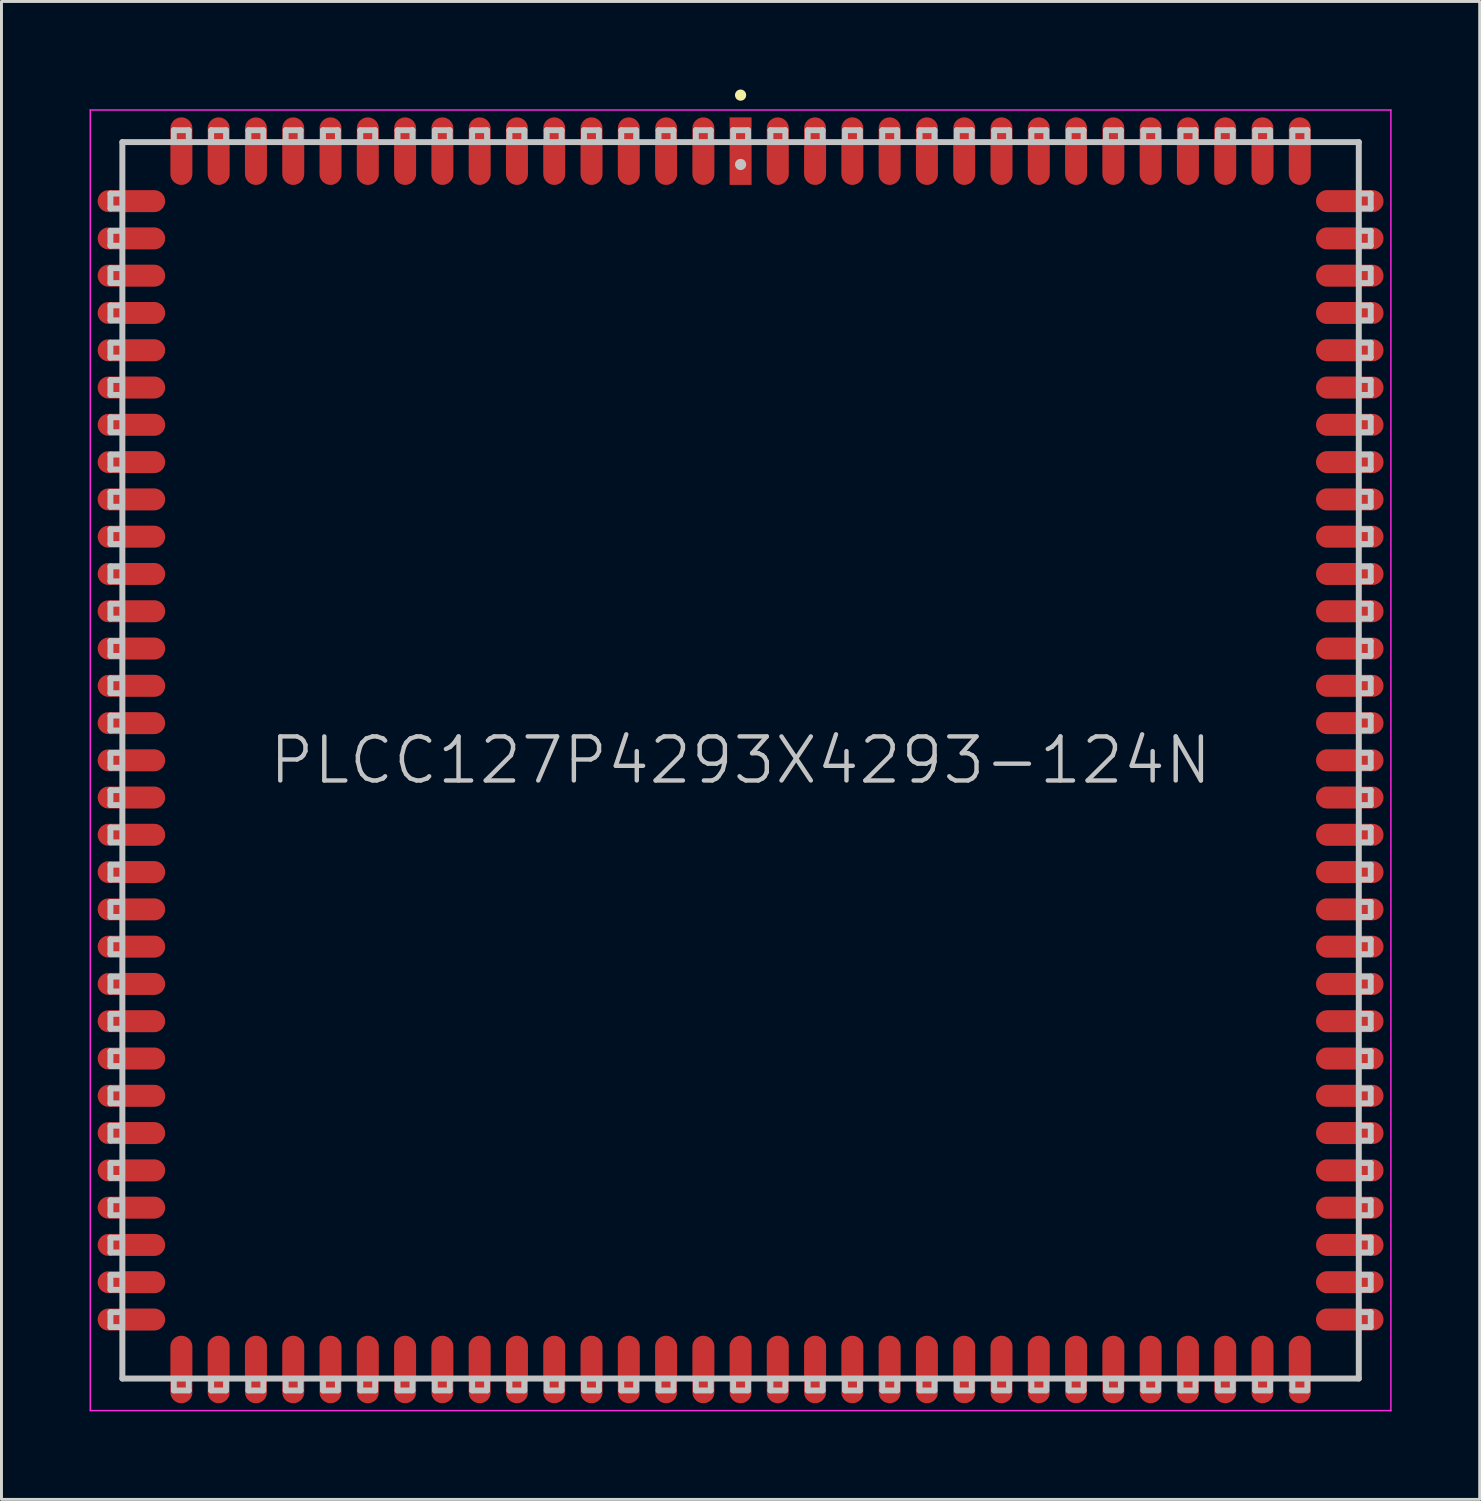
<source format=kicad_pcb>
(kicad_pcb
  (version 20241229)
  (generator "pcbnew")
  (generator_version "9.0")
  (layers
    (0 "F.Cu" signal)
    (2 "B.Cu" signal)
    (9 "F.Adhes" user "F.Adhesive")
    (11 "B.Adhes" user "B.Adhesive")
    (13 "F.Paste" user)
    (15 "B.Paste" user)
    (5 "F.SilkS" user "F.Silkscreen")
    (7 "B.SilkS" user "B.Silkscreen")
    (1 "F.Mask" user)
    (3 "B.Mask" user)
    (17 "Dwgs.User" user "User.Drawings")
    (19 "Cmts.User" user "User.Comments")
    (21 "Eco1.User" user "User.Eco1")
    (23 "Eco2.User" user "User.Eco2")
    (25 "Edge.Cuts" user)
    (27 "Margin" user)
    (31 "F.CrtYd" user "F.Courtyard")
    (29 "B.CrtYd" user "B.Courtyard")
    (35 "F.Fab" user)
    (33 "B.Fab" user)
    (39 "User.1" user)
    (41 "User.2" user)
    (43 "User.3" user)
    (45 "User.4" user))
  (footprint "PLCC127P4293X4293-124N"
    (layer "F.Cu")
    (at 22.175 22.847)
    (property "Reference" "PLCC127P4293X4293-124N" (at 0 0 0) (layer "Dwgs.User") (effects (font (size 1.5 1.5) (thickness 0.15))))
    (attr smd)
    (fp_line (start 0 -22.657) (end 0 -22.657) (stroke (width 0.381) (type solid)) (layer "F.SilkS"))
    (fp_line (start -21.463 -18.796) (end -21.463 -19.304) (stroke (width 0.2) (type solid)) (layer "Dwgs.User"))
    (fp_line (start -21.463 -17.526) (end -21.463 -18.034) (stroke (width 0.2) (type solid)) (layer "Dwgs.User"))
    (fp_line (start -21.463 -16.256) (end -21.463 -16.764) (stroke (width 0.2) (type solid)) (layer "Dwgs.User"))
    (fp_line (start -21.463 -14.986) (end -21.463 -15.494) (stroke (width 0.2) (type solid)) (layer "Dwgs.User"))
    (fp_line (start -21.463 -13.716) (end -21.463 -14.224) (stroke (width 0.2) (type solid)) (layer "Dwgs.User"))
    (fp_line (start -21.463 -12.446) (end -21.463 -12.954) (stroke (width 0.2) (type solid)) (layer "Dwgs.User"))
    (fp_line (start -21.463 -11.176) (end -21.463 -11.684) (stroke (width 0.2) (type solid)) (layer "Dwgs.User"))
    (fp_line (start -21.463 -9.906) (end -21.463 -10.414) (stroke (width 0.2) (type solid)) (layer "Dwgs.User"))
    (fp_line (start -21.463 -8.636) (end -21.463 -9.144) (stroke (width 0.2) (type solid)) (layer "Dwgs.User"))
    (fp_line (start -21.463 -7.366) (end -21.463 -7.874) (stroke (width 0.2) (type solid)) (layer "Dwgs.User"))
    (fp_line (start -21.463 -6.096) (end -21.463 -6.604) (stroke (width 0.2) (type solid)) (layer "Dwgs.User"))
    (fp_line (start -21.463 -4.826) (end -21.463 -5.334) (stroke (width 0.2) (type solid)) (layer "Dwgs.User"))
    (fp_line (start -21.463 -3.556) (end -21.463 -4.064) (stroke (width 0.2) (type solid)) (layer "Dwgs.User"))
    (fp_line (start -21.463 -2.286) (end -21.463 -2.794) (stroke (width 0.2) (type solid)) (layer "Dwgs.User"))
    (fp_line (start -21.463 -1.016) (end -21.463 -1.524) (stroke (width 0.2) (type solid)) (layer "Dwgs.User"))
    (fp_line (start -21.463 0.254) (end -21.463 -0.254) (stroke (width 0.2) (type solid)) (layer "Dwgs.User"))
    (fp_line (start -21.463 1.524) (end -21.463 1.016) (stroke (width 0.2) (type solid)) (layer "Dwgs.User"))
    (fp_line (start -21.463 2.794) (end -21.463 2.286) (stroke (width 0.2) (type solid)) (layer "Dwgs.User"))
    (fp_line (start -21.463 4.064) (end -21.463 3.556) (stroke (width 0.2) (type solid)) (layer "Dwgs.User"))
    (fp_line (start -21.463 5.334) (end -21.463 4.826) (stroke (width 0.2) (type solid)) (layer "Dwgs.User"))
    (fp_line (start -21.463 6.604) (end -21.463 6.096) (stroke (width 0.2) (type solid)) (layer "Dwgs.User"))
    (fp_line (start -21.463 7.874) (end -21.463 7.366) (stroke (width 0.2) (type solid)) (layer "Dwgs.User"))
    (fp_line (start -21.463 9.144) (end -21.463 8.636) (stroke (width 0.2) (type solid)) (layer "Dwgs.User"))
    (fp_line (start -21.463 10.414) (end -21.463 9.906) (stroke (width 0.2) (type solid)) (layer "Dwgs.User"))
    (fp_line (start -21.463 11.684) (end -21.463 11.176) (stroke (width 0.2) (type solid)) (layer "Dwgs.User"))
    (fp_line (start -21.463 12.954) (end -21.463 12.446) (stroke (width 0.2) (type solid)) (layer "Dwgs.User"))
    (fp_line (start -21.463 14.224) (end -21.463 13.716) (stroke (width 0.2) (type solid)) (layer "Dwgs.User"))
    (fp_line (start -21.463 15.494) (end -21.463 14.986) (stroke (width 0.2) (type solid)) (layer "Dwgs.User"))
    (fp_line (start -21.463 16.764) (end -21.463 16.256) (stroke (width 0.2) (type solid)) (layer "Dwgs.User"))
    (fp_line (start -21.463 18.034) (end -21.463 17.526) (stroke (width 0.2) (type solid)) (layer "Dwgs.User"))
    (fp_line (start -21.463 19.304) (end -21.463 18.796) (stroke (width 0.2) (type solid)) (layer "Dwgs.User"))
    (fp_line (start -21.082 -19.304) (end -21.463 -19.304) (stroke (width 0.2) (type solid)) (layer "Dwgs.User"))
    (fp_line (start -21.082 -18.796) (end -21.463 -18.796) (stroke (width 0.2) (type solid)) (layer "Dwgs.User"))
    (fp_line (start -21.082 -18.034) (end -21.463 -18.034) (stroke (width 0.2) (type solid)) (layer "Dwgs.User"))
    (fp_line (start -21.082 -17.526) (end -21.463 -17.526) (stroke (width 0.2) (type solid)) (layer "Dwgs.User"))
    (fp_line (start -21.082 -16.764) (end -21.463 -16.764) (stroke (width 0.2) (type solid)) (layer "Dwgs.User"))
    (fp_line (start -21.082 -16.256) (end -21.463 -16.256) (stroke (width 0.2) (type solid)) (layer "Dwgs.User"))
    (fp_line (start -21.082 -15.494) (end -21.463 -15.494) (stroke (width 0.2) (type solid)) (layer "Dwgs.User"))
    (fp_line (start -21.082 -14.986) (end -21.463 -14.986) (stroke (width 0.2) (type solid)) (layer "Dwgs.User"))
    (fp_line (start -21.082 -14.224) (end -21.463 -14.224) (stroke (width 0.2) (type solid)) (layer "Dwgs.User"))
    (fp_line (start -21.082 -13.716) (end -21.463 -13.716) (stroke (width 0.2) (type solid)) (layer "Dwgs.User"))
    (fp_line (start -21.082 -12.954) (end -21.463 -12.954) (stroke (width 0.2) (type solid)) (layer "Dwgs.User"))
    (fp_line (start -21.082 -12.446) (end -21.463 -12.446) (stroke (width 0.2) (type solid)) (layer "Dwgs.User"))
    (fp_line (start -21.082 -11.684) (end -21.463 -11.684) (stroke (width 0.2) (type solid)) (layer "Dwgs.User"))
    (fp_line (start -21.082 -11.176) (end -21.463 -11.176) (stroke (width 0.2) (type solid)) (layer "Dwgs.User"))
    (fp_line (start -21.082 -10.414) (end -21.463 -10.414) (stroke (width 0.2) (type solid)) (layer "Dwgs.User"))
    (fp_line (start -21.082 -9.906) (end -21.463 -9.906) (stroke (width 0.2) (type solid)) (layer "Dwgs.User"))
    (fp_line (start -21.082 -9.144) (end -21.463 -9.144) (stroke (width 0.2) (type solid)) (layer "Dwgs.User"))
    (fp_line (start -21.082 -8.636) (end -21.463 -8.636) (stroke (width 0.2) (type solid)) (layer "Dwgs.User"))
    (fp_line (start -21.082 -7.874) (end -21.463 -7.874) (stroke (width 0.2) (type solid)) (layer "Dwgs.User"))
    (fp_line (start -21.082 -7.366) (end -21.463 -7.366) (stroke (width 0.2) (type solid)) (layer "Dwgs.User"))
    (fp_line (start -21.082 -6.604) (end -21.463 -6.604) (stroke (width 0.2) (type solid)) (layer "Dwgs.User"))
    (fp_line (start -21.082 -6.096) (end -21.463 -6.096) (stroke (width 0.2) (type solid)) (layer "Dwgs.User"))
    (fp_line (start -21.082 -5.334) (end -21.463 -5.334) (stroke (width 0.2) (type solid)) (layer "Dwgs.User"))
    (fp_line (start -21.082 -4.826) (end -21.463 -4.826) (stroke (width 0.2) (type solid)) (layer "Dwgs.User"))
    (fp_line (start -21.082 -4.064) (end -21.463 -4.064) (stroke (width 0.2) (type solid)) (layer "Dwgs.User"))
    (fp_line (start -21.082 -3.556) (end -21.463 -3.556) (stroke (width 0.2) (type solid)) (layer "Dwgs.User"))
    (fp_line (start -21.082 -2.794) (end -21.463 -2.794) (stroke (width 0.2) (type solid)) (layer "Dwgs.User"))
    (fp_line (start -21.082 -2.286) (end -21.463 -2.286) (stroke (width 0.2) (type solid)) (layer "Dwgs.User"))
    (fp_line (start -21.082 -1.524) (end -21.463 -1.524) (stroke (width 0.2) (type solid)) (layer "Dwgs.User"))
    (fp_line (start -21.082 -1.016) (end -21.463 -1.016) (stroke (width 0.2) (type solid)) (layer "Dwgs.User"))
    (fp_line (start -21.082 -0.254) (end -21.463 -0.254) (stroke (width 0.2) (type solid)) (layer "Dwgs.User"))
    (fp_line (start -21.082 0.254) (end -21.463 0.254) (stroke (width 0.2) (type solid)) (layer "Dwgs.User"))
    (fp_line (start -21.082 1.016) (end -21.463 1.016) (stroke (width 0.2) (type solid)) (layer "Dwgs.User"))
    (fp_line (start -21.082 1.524) (end -21.463 1.524) (stroke (width 0.2) (type solid)) (layer "Dwgs.User"))
    (fp_line (start -21.082 2.286) (end -21.463 2.286) (stroke (width 0.2) (type solid)) (layer "Dwgs.User"))
    (fp_line (start -21.082 2.794) (end -21.463 2.794) (stroke (width 0.2) (type solid)) (layer "Dwgs.User"))
    (fp_line (start -21.082 3.556) (end -21.463 3.556) (stroke (width 0.2) (type solid)) (layer "Dwgs.User"))
    (fp_line (start -21.082 4.064) (end -21.463 4.064) (stroke (width 0.2) (type solid)) (layer "Dwgs.User"))
    (fp_line (start -21.082 4.826) (end -21.463 4.826) (stroke (width 0.2) (type solid)) (layer "Dwgs.User"))
    (fp_line (start -21.082 5.334) (end -21.463 5.334) (stroke (width 0.2) (type solid)) (layer "Dwgs.User"))
    (fp_line (start -21.082 6.096) (end -21.463 6.096) (stroke (width 0.2) (type solid)) (layer "Dwgs.User"))
    (fp_line (start -21.082 6.604) (end -21.463 6.604) (stroke (width 0.2) (type solid)) (layer "Dwgs.User"))
    (fp_line (start -21.082 7.366) (end -21.463 7.366) (stroke (width 0.2) (type solid)) (layer "Dwgs.User"))
    (fp_line (start -21.082 7.874) (end -21.463 7.874) (stroke (width 0.2) (type solid)) (layer "Dwgs.User"))
    (fp_line (start -21.082 8.636) (end -21.463 8.636) (stroke (width 0.2) (type solid)) (layer "Dwgs.User"))
    (fp_line (start -21.082 9.144) (end -21.463 9.144) (stroke (width 0.2) (type solid)) (layer "Dwgs.User"))
    (fp_line (start -21.082 9.906) (end -21.463 9.906) (stroke (width 0.2) (type solid)) (layer "Dwgs.User"))
    (fp_line (start -21.082 10.414) (end -21.463 10.414) (stroke (width 0.2) (type solid)) (layer "Dwgs.User"))
    (fp_line (start -21.082 11.176) (end -21.463 11.176) (stroke (width 0.2) (type solid)) (layer "Dwgs.User"))
    (fp_line (start -21.082 11.684) (end -21.463 11.684) (stroke (width 0.2) (type solid)) (layer "Dwgs.User"))
    (fp_line (start -21.082 12.446) (end -21.463 12.446) (stroke (width 0.2) (type solid)) (layer "Dwgs.User"))
    (fp_line (start -21.082 12.954) (end -21.463 12.954) (stroke (width 0.2) (type solid)) (layer "Dwgs.User"))
    (fp_line (start -21.082 13.716) (end -21.463 13.716) (stroke (width 0.2) (type solid)) (layer "Dwgs.User"))
    (fp_line (start -21.082 14.224) (end -21.463 14.224) (stroke (width 0.2) (type solid)) (layer "Dwgs.User"))
    (fp_line (start -21.082 14.986) (end -21.463 14.986) (stroke (width 0.2) (type solid)) (layer "Dwgs.User"))
    (fp_line (start -21.082 15.494) (end -21.463 15.494) (stroke (width 0.2) (type solid)) (layer "Dwgs.User"))
    (fp_line (start -21.082 16.256) (end -21.463 16.256) (stroke (width 0.2) (type solid)) (layer "Dwgs.User"))
    (fp_line (start -21.082 16.764) (end -21.463 16.764) (stroke (width 0.2) (type solid)) (layer "Dwgs.User"))
    (fp_line (start -21.082 17.526) (end -21.463 17.526) (stroke (width 0.2) (type solid)) (layer "Dwgs.User"))
    (fp_line (start -21.082 18.034) (end -21.463 18.034) (stroke (width 0.2) (type solid)) (layer "Dwgs.User"))
    (fp_line (start -21.082 18.796) (end -21.463 18.796) (stroke (width 0.2) (type solid)) (layer "Dwgs.User"))
    (fp_line (start -21.082 19.304) (end -21.463 19.304) (stroke (width 0.2) (type solid)) (layer "Dwgs.User"))
    (fp_line (start -21.057 -21.057) (end -21.057 21.057) (stroke (width 0.203) (type solid)) (layer "Dwgs.User"))
    (fp_line (start -21.057 -21.057) (end 21.057 -21.057) (stroke (width 0.203) (type solid)) (layer "Dwgs.User"))
    (fp_line (start -21.057 21.057) (end 21.057 21.057) (stroke (width 0.203) (type solid)) (layer "Dwgs.User"))
    (fp_line (start -19.304 -21.463) (end -18.796 -21.463) (stroke (width 0.2) (type solid)) (layer "Dwgs.User"))
    (fp_line (start -19.304 -21.082) (end -19.304 -21.463) (stroke (width 0.2) (type solid)) (layer "Dwgs.User"))
    (fp_line (start -19.304 21.082) (end -19.304 21.463) (stroke (width 0.2) (type solid)) (layer "Dwgs.User"))
    (fp_line (start -18.796 -21.082) (end -18.796 -21.463) (stroke (width 0.2) (type solid)) (layer "Dwgs.User"))
    (fp_line (start -18.796 21.082) (end -18.796 21.463) (stroke (width 0.2) (type solid)) (layer "Dwgs.User"))
    (fp_line (start -18.796 21.463) (end -19.304 21.463) (stroke (width 0.2) (type solid)) (layer "Dwgs.User"))
    (fp_line (start -18.034 -21.463) (end -17.526 -21.463) (stroke (width 0.2) (type solid)) (layer "Dwgs.User"))
    (fp_line (start -18.034 -21.082) (end -18.034 -21.463) (stroke (width 0.2) (type solid)) (layer "Dwgs.User"))
    (fp_line (start -18.034 21.082) (end -18.034 21.463) (stroke (width 0.2) (type solid)) (layer "Dwgs.User"))
    (fp_line (start -17.526 -21.082) (end -17.526 -21.463) (stroke (width 0.2) (type solid)) (layer "Dwgs.User"))
    (fp_line (start -17.526 21.082) (end -17.526 21.463) (stroke (width 0.2) (type solid)) (layer "Dwgs.User"))
    (fp_line (start -17.526 21.463) (end -18.034 21.463) (stroke (width 0.2) (type solid)) (layer "Dwgs.User"))
    (fp_line (start -16.764 -21.463) (end -16.256 -21.463) (stroke (width 0.2) (type solid)) (layer "Dwgs.User"))
    (fp_line (start -16.764 -21.082) (end -16.764 -21.463) (stroke (width 0.2) (type solid)) (layer "Dwgs.User"))
    (fp_line (start -16.764 21.082) (end -16.764 21.463) (stroke (width 0.2) (type solid)) (layer "Dwgs.User"))
    (fp_line (start -16.256 -21.082) (end -16.256 -21.463) (stroke (width 0.2) (type solid)) (layer "Dwgs.User"))
    (fp_line (start -16.256 21.082) (end -16.256 21.463) (stroke (width 0.2) (type solid)) (layer "Dwgs.User"))
    (fp_line (start -16.256 21.463) (end -16.764 21.463) (stroke (width 0.2) (type solid)) (layer "Dwgs.User"))
    (fp_line (start -15.494 -21.463) (end -14.986 -21.463) (stroke (width 0.2) (type solid)) (layer "Dwgs.User"))
    (fp_line (start -15.494 -21.082) (end -15.494 -21.463) (stroke (width 0.2) (type solid)) (layer "Dwgs.User"))
    (fp_line (start -15.494 21.082) (end -15.494 21.463) (stroke (width 0.2) (type solid)) (layer "Dwgs.User"))
    (fp_line (start -14.986 -21.082) (end -14.986 -21.463) (stroke (width 0.2) (type solid)) (layer "Dwgs.User"))
    (fp_line (start -14.986 21.082) (end -14.986 21.463) (stroke (width 0.2) (type solid)) (layer "Dwgs.User"))
    (fp_line (start -14.986 21.463) (end -15.494 21.463) (stroke (width 0.2) (type solid)) (layer "Dwgs.User"))
    (fp_line (start -14.224 -21.463) (end -13.716 -21.463) (stroke (width 0.2) (type solid)) (layer "Dwgs.User"))
    (fp_line (start -14.224 -21.082) (end -14.224 -21.463) (stroke (width 0.2) (type solid)) (layer "Dwgs.User"))
    (fp_line (start -14.224 21.082) (end -14.224 21.463) (stroke (width 0.2) (type solid)) (layer "Dwgs.User"))
    (fp_line (start -13.716 -21.082) (end -13.716 -21.463) (stroke (width 0.2) (type solid)) (layer "Dwgs.User"))
    (fp_line (start -13.716 21.082) (end -13.716 21.463) (stroke (width 0.2) (type solid)) (layer "Dwgs.User"))
    (fp_line (start -13.716 21.463) (end -14.224 21.463) (stroke (width 0.2) (type solid)) (layer "Dwgs.User"))
    (fp_line (start -12.954 -21.463) (end -12.446 -21.463) (stroke (width 0.2) (type solid)) (layer "Dwgs.User"))
    (fp_line (start -12.954 -21.082) (end -12.954 -21.463) (stroke (width 0.2) (type solid)) (layer "Dwgs.User"))
    (fp_line (start -12.954 21.082) (end -12.954 21.463) (stroke (width 0.2) (type solid)) (layer "Dwgs.User"))
    (fp_line (start -12.446 -21.082) (end -12.446 -21.463) (stroke (width 0.2) (type solid)) (layer "Dwgs.User"))
    (fp_line (start -12.446 21.082) (end -12.446 21.463) (stroke (width 0.2) (type solid)) (layer "Dwgs.User"))
    (fp_line (start -12.446 21.463) (end -12.954 21.463) (stroke (width 0.2) (type solid)) (layer "Dwgs.User"))
    (fp_line (start -11.684 -21.463) (end -11.176 -21.463) (stroke (width 0.2) (type solid)) (layer "Dwgs.User"))
    (fp_line (start -11.684 -21.082) (end -11.684 -21.463) (stroke (width 0.2) (type solid)) (layer "Dwgs.User"))
    (fp_line (start -11.684 21.082) (end -11.684 21.463) (stroke (width 0.2) (type solid)) (layer "Dwgs.User"))
    (fp_line (start -11.176 -21.082) (end -11.176 -21.463) (stroke (width 0.2) (type solid)) (layer "Dwgs.User"))
    (fp_line (start -11.176 21.082) (end -11.176 21.463) (stroke (width 0.2) (type solid)) (layer "Dwgs.User"))
    (fp_line (start -11.176 21.463) (end -11.684 21.463) (stroke (width 0.2) (type solid)) (layer "Dwgs.User"))
    (fp_line (start -10.414 -21.463) (end -9.906 -21.463) (stroke (width 0.2) (type solid)) (layer "Dwgs.User"))
    (fp_line (start -10.414 -21.082) (end -10.414 -21.463) (stroke (width 0.2) (type solid)) (layer "Dwgs.User"))
    (fp_line (start -10.414 21.082) (end -10.414 21.463) (stroke (width 0.2) (type solid)) (layer "Dwgs.User"))
    (fp_line (start -9.906 -21.082) (end -9.906 -21.463) (stroke (width 0.2) (type solid)) (layer "Dwgs.User"))
    (fp_line (start -9.906 21.082) (end -9.906 21.463) (stroke (width 0.2) (type solid)) (layer "Dwgs.User"))
    (fp_line (start -9.906 21.463) (end -10.414 21.463) (stroke (width 0.2) (type solid)) (layer "Dwgs.User"))
    (fp_line (start -9.144 -21.463) (end -8.636 -21.463) (stroke (width 0.2) (type solid)) (layer "Dwgs.User"))
    (fp_line (start -9.144 -21.082) (end -9.144 -21.463) (stroke (width 0.2) (type solid)) (layer "Dwgs.User"))
    (fp_line (start -9.144 21.082) (end -9.144 21.463) (stroke (width 0.2) (type solid)) (layer "Dwgs.User"))
    (fp_line (start -8.636 -21.082) (end -8.636 -21.463) (stroke (width 0.2) (type solid)) (layer "Dwgs.User"))
    (fp_line (start -8.636 21.082) (end -8.636 21.463) (stroke (width 0.2) (type solid)) (layer "Dwgs.User"))
    (fp_line (start -8.636 21.463) (end -9.144 21.463) (stroke (width 0.2) (type solid)) (layer "Dwgs.User"))
    (fp_line (start -7.874 -21.463) (end -7.366 -21.463) (stroke (width 0.2) (type solid)) (layer "Dwgs.User"))
    (fp_line (start -7.874 -21.082) (end -7.874 -21.463) (stroke (width 0.2) (type solid)) (layer "Dwgs.User"))
    (fp_line (start -7.874 21.082) (end -7.874 21.463) (stroke (width 0.2) (type solid)) (layer "Dwgs.User"))
    (fp_line (start -7.366 -21.082) (end -7.366 -21.463) (stroke (width 0.2) (type solid)) (layer "Dwgs.User"))
    (fp_line (start -7.366 21.082) (end -7.366 21.463) (stroke (width 0.2) (type solid)) (layer "Dwgs.User"))
    (fp_line (start -7.366 21.463) (end -7.874 21.463) (stroke (width 0.2) (type solid)) (layer "Dwgs.User"))
    (fp_line (start -6.604 -21.463) (end -6.096 -21.463) (stroke (width 0.2) (type solid)) (layer "Dwgs.User"))
    (fp_line (start -6.604 -21.082) (end -6.604 -21.463) (stroke (width 0.2) (type solid)) (layer "Dwgs.User"))
    (fp_line (start -6.604 21.082) (end -6.604 21.463) (stroke (width 0.2) (type solid)) (layer "Dwgs.User"))
    (fp_line (start -6.096 -21.082) (end -6.096 -21.463) (stroke (width 0.2) (type solid)) (layer "Dwgs.User"))
    (fp_line (start -6.096 21.082) (end -6.096 21.463) (stroke (width 0.2) (type solid)) (layer "Dwgs.User"))
    (fp_line (start -6.096 21.463) (end -6.604 21.463) (stroke (width 0.2) (type solid)) (layer "Dwgs.User"))
    (fp_line (start -5.334 -21.463) (end -4.826 -21.463) (stroke (width 0.2) (type solid)) (layer "Dwgs.User"))
    (fp_line (start -5.334 -21.082) (end -5.334 -21.463) (stroke (width 0.2) (type solid)) (layer "Dwgs.User"))
    (fp_line (start -5.334 21.082) (end -5.334 21.463) (stroke (width 0.2) (type solid)) (layer "Dwgs.User"))
    (fp_line (start -4.826 -21.082) (end -4.826 -21.463) (stroke (width 0.2) (type solid)) (layer "Dwgs.User"))
    (fp_line (start -4.826 21.082) (end -4.826 21.463) (stroke (width 0.2) (type solid)) (layer "Dwgs.User"))
    (fp_line (start -4.826 21.463) (end -5.334 21.463) (stroke (width 0.2) (type solid)) (layer "Dwgs.User"))
    (fp_line (start -4.064 -21.463) (end -3.556 -21.463) (stroke (width 0.2) (type solid)) (layer "Dwgs.User"))
    (fp_line (start -4.064 -21.082) (end -4.064 -21.463) (stroke (width 0.2) (type solid)) (layer "Dwgs.User"))
    (fp_line (start -4.064 21.082) (end -4.064 21.463) (stroke (width 0.2) (type solid)) (layer "Dwgs.User"))
    (fp_line (start -3.556 -21.082) (end -3.556 -21.463) (stroke (width 0.2) (type solid)) (layer "Dwgs.User"))
    (fp_line (start -3.556 21.082) (end -3.556 21.463) (stroke (width 0.2) (type solid)) (layer "Dwgs.User"))
    (fp_line (start -3.556 21.463) (end -4.064 21.463) (stroke (width 0.2) (type solid)) (layer "Dwgs.User"))
    (fp_line (start -2.794 -21.463) (end -2.286 -21.463) (stroke (width 0.2) (type solid)) (layer "Dwgs.User"))
    (fp_line (start -2.794 -21.082) (end -2.794 -21.463) (stroke (width 0.2) (type solid)) (layer "Dwgs.User"))
    (fp_line (start -2.794 21.082) (end -2.794 21.463) (stroke (width 0.2) (type solid)) (layer "Dwgs.User"))
    (fp_line (start -2.286 -21.082) (end -2.286 -21.463) (stroke (width 0.2) (type solid)) (layer "Dwgs.User"))
    (fp_line (start -2.286 21.082) (end -2.286 21.463) (stroke (width 0.2) (type solid)) (layer "Dwgs.User"))
    (fp_line (start -2.286 21.463) (end -2.794 21.463) (stroke (width 0.2) (type solid)) (layer "Dwgs.User"))
    (fp_line (start -1.524 -21.463) (end -1.016 -21.463) (stroke (width 0.2) (type solid)) (layer "Dwgs.User"))
    (fp_line (start -1.524 -21.082) (end -1.524 -21.463) (stroke (width 0.2) (type solid)) (layer "Dwgs.User"))
    (fp_line (start -1.524 21.082) (end -1.524 21.463) (stroke (width 0.2) (type solid)) (layer "Dwgs.User"))
    (fp_line (start -1.016 -21.082) (end -1.016 -21.463) (stroke (width 0.2) (type solid)) (layer "Dwgs.User"))
    (fp_line (start -1.016 21.082) (end -1.016 21.463) (stroke (width 0.2) (type solid)) (layer "Dwgs.User"))
    (fp_line (start -1.016 21.463) (end -1.524 21.463) (stroke (width 0.2) (type solid)) (layer "Dwgs.User"))
    (fp_line (start -0.254 -21.463) (end 0.254 -21.463) (stroke (width 0.2) (type solid)) (layer "Dwgs.User"))
    (fp_line (start -0.254 -21.082) (end -0.254 -21.463) (stroke (width 0.2) (type solid)) (layer "Dwgs.User"))
    (fp_line (start -0.254 21.082) (end -0.254 21.463) (stroke (width 0.2) (type solid)) (layer "Dwgs.User"))
    (fp_line (start 0 -20.295) (end 0 -20.295) (stroke (width 0.381) (type solid)) (layer "Dwgs.User"))
    (fp_line (start 0.254 -21.082) (end 0.254 -21.463) (stroke (width 0.2) (type solid)) (layer "Dwgs.User"))
    (fp_line (start 0.254 21.082) (end 0.254 21.463) (stroke (width 0.2) (type solid)) (layer "Dwgs.User"))
    (fp_line (start 0.254 21.463) (end -0.254 21.463) (stroke (width 0.2) (type solid)) (layer "Dwgs.User"))
    (fp_line (start 1.016 -21.463) (end 1.524 -21.463) (stroke (width 0.2) (type solid)) (layer "Dwgs.User"))
    (fp_line (start 1.016 -21.082) (end 1.016 -21.463) (stroke (width 0.2) (type solid)) (layer "Dwgs.User"))
    (fp_line (start 1.016 21.082) (end 1.016 21.463) (stroke (width 0.2) (type solid)) (layer "Dwgs.User"))
    (fp_line (start 1.524 -21.082) (end 1.524 -21.463) (stroke (width 0.2) (type solid)) (layer "Dwgs.User"))
    (fp_line (start 1.524 21.082) (end 1.524 21.463) (stroke (width 0.2) (type solid)) (layer "Dwgs.User"))
    (fp_line (start 1.524 21.463) (end 1.016 21.463) (stroke (width 0.2) (type solid)) (layer "Dwgs.User"))
    (fp_line (start 2.286 -21.463) (end 2.794 -21.463) (stroke (width 0.2) (type solid)) (layer "Dwgs.User"))
    (fp_line (start 2.286 -21.082) (end 2.286 -21.463) (stroke (width 0.2) (type solid)) (layer "Dwgs.User"))
    (fp_line (start 2.286 21.082) (end 2.286 21.463) (stroke (width 0.2) (type solid)) (layer "Dwgs.User"))
    (fp_line (start 2.794 -21.082) (end 2.794 -21.463) (stroke (width 0.2) (type solid)) (layer "Dwgs.User"))
    (fp_line (start 2.794 21.082) (end 2.794 21.463) (stroke (width 0.2) (type solid)) (layer "Dwgs.User"))
    (fp_line (start 2.794 21.463) (end 2.286 21.463) (stroke (width 0.2) (type solid)) (layer "Dwgs.User"))
    (fp_line (start 3.556 -21.463) (end 4.064 -21.463) (stroke (width 0.2) (type solid)) (layer "Dwgs.User"))
    (fp_line (start 3.556 -21.082) (end 3.556 -21.463) (stroke (width 0.2) (type solid)) (layer "Dwgs.User"))
    (fp_line (start 3.556 21.082) (end 3.556 21.463) (stroke (width 0.2) (type solid)) (layer "Dwgs.User"))
    (fp_line (start 4.064 -21.082) (end 4.064 -21.463) (stroke (width 0.2) (type solid)) (layer "Dwgs.User"))
    (fp_line (start 4.064 21.082) (end 4.064 21.463) (stroke (width 0.2) (type solid)) (layer "Dwgs.User"))
    (fp_line (start 4.064 21.463) (end 3.556 21.463) (stroke (width 0.2) (type solid)) (layer "Dwgs.User"))
    (fp_line (start 4.826 -21.463) (end 5.334 -21.463) (stroke (width 0.2) (type solid)) (layer "Dwgs.User"))
    (fp_line (start 4.826 -21.082) (end 4.826 -21.463) (stroke (width 0.2) (type solid)) (layer "Dwgs.User"))
    (fp_line (start 4.826 21.082) (end 4.826 21.463) (stroke (width 0.2) (type solid)) (layer "Dwgs.User"))
    (fp_line (start 5.334 -21.082) (end 5.334 -21.463) (stroke (width 0.2) (type solid)) (layer "Dwgs.User"))
    (fp_line (start 5.334 21.082) (end 5.334 21.463) (stroke (width 0.2) (type solid)) (layer "Dwgs.User"))
    (fp_line (start 5.334 21.463) (end 4.826 21.463) (stroke (width 0.2) (type solid)) (layer "Dwgs.User"))
    (fp_line (start 6.096 -21.463) (end 6.604 -21.463) (stroke (width 0.2) (type solid)) (layer "Dwgs.User"))
    (fp_line (start 6.096 -21.082) (end 6.096 -21.463) (stroke (width 0.2) (type solid)) (layer "Dwgs.User"))
    (fp_line (start 6.096 21.082) (end 6.096 21.463) (stroke (width 0.2) (type solid)) (layer "Dwgs.User"))
    (fp_line (start 6.604 -21.082) (end 6.604 -21.463) (stroke (width 0.2) (type solid)) (layer "Dwgs.User"))
    (fp_line (start 6.604 21.082) (end 6.604 21.463) (stroke (width 0.2) (type solid)) (layer "Dwgs.User"))
    (fp_line (start 6.604 21.463) (end 6.096 21.463) (stroke (width 0.2) (type solid)) (layer "Dwgs.User"))
    (fp_line (start 7.366 -21.463) (end 7.874 -21.463) (stroke (width 0.2) (type solid)) (layer "Dwgs.User"))
    (fp_line (start 7.366 -21.082) (end 7.366 -21.463) (stroke (width 0.2) (type solid)) (layer "Dwgs.User"))
    (fp_line (start 7.366 21.082) (end 7.366 21.463) (stroke (width 0.2) (type solid)) (layer "Dwgs.User"))
    (fp_line (start 7.874 -21.082) (end 7.874 -21.463) (stroke (width 0.2) (type solid)) (layer "Dwgs.User"))
    (fp_line (start 7.874 21.082) (end 7.874 21.463) (stroke (width 0.2) (type solid)) (layer "Dwgs.User"))
    (fp_line (start 7.874 21.463) (end 7.366 21.463) (stroke (width 0.2) (type solid)) (layer "Dwgs.User"))
    (fp_line (start 8.636 -21.463) (end 9.144 -21.463) (stroke (width 0.2) (type solid)) (layer "Dwgs.User"))
    (fp_line (start 8.636 -21.082) (end 8.636 -21.463) (stroke (width 0.2) (type solid)) (layer "Dwgs.User"))
    (fp_line (start 8.636 21.082) (end 8.636 21.463) (stroke (width 0.2) (type solid)) (layer "Dwgs.User"))
    (fp_line (start 9.144 -21.082) (end 9.144 -21.463) (stroke (width 0.2) (type solid)) (layer "Dwgs.User"))
    (fp_line (start 9.144 21.082) (end 9.144 21.463) (stroke (width 0.2) (type solid)) (layer "Dwgs.User"))
    (fp_line (start 9.144 21.463) (end 8.636 21.463) (stroke (width 0.2) (type solid)) (layer "Dwgs.User"))
    (fp_line (start 9.906 -21.463) (end 10.414 -21.463) (stroke (width 0.2) (type solid)) (layer "Dwgs.User"))
    (fp_line (start 9.906 -21.082) (end 9.906 -21.463) (stroke (width 0.2) (type solid)) (layer "Dwgs.User"))
    (fp_line (start 9.906 21.082) (end 9.906 21.463) (stroke (width 0.2) (type solid)) (layer "Dwgs.User"))
    (fp_line (start 10.414 -21.082) (end 10.414 -21.463) (stroke (width 0.2) (type solid)) (layer "Dwgs.User"))
    (fp_line (start 10.414 21.082) (end 10.414 21.463) (stroke (width 0.2) (type solid)) (layer "Dwgs.User"))
    (fp_line (start 10.414 21.463) (end 9.906 21.463) (stroke (width 0.2) (type solid)) (layer "Dwgs.User"))
    (fp_line (start 11.176 -21.463) (end 11.684 -21.463) (stroke (width 0.2) (type solid)) (layer "Dwgs.User"))
    (fp_line (start 11.176 -21.082) (end 11.176 -21.463) (stroke (width 0.2) (type solid)) (layer "Dwgs.User"))
    (fp_line (start 11.176 21.082) (end 11.176 21.463) (stroke (width 0.2) (type solid)) (layer "Dwgs.User"))
    (fp_line (start 11.684 -21.082) (end 11.684 -21.463) (stroke (width 0.2) (type solid)) (layer "Dwgs.User"))
    (fp_line (start 11.684 21.082) (end 11.684 21.463) (stroke (width 0.2) (type solid)) (layer "Dwgs.User"))
    (fp_line (start 11.684 21.463) (end 11.176 21.463) (stroke (width 0.2) (type solid)) (layer "Dwgs.User"))
    (fp_line (start 12.446 -21.463) (end 12.954 -21.463) (stroke (width 0.2) (type solid)) (layer "Dwgs.User"))
    (fp_line (start 12.446 -21.082) (end 12.446 -21.463) (stroke (width 0.2) (type solid)) (layer "Dwgs.User"))
    (fp_line (start 12.446 21.082) (end 12.446 21.463) (stroke (width 0.2) (type solid)) (layer "Dwgs.User"))
    (fp_line (start 12.954 -21.082) (end 12.954 -21.463) (stroke (width 0.2) (type solid)) (layer "Dwgs.User"))
    (fp_line (start 12.954 21.082) (end 12.954 21.463) (stroke (width 0.2) (type solid)) (layer "Dwgs.User"))
    (fp_line (start 12.954 21.463) (end 12.446 21.463) (stroke (width 0.2) (type solid)) (layer "Dwgs.User"))
    (fp_line (start 13.716 -21.463) (end 14.224 -21.463) (stroke (width 0.2) (type solid)) (layer "Dwgs.User"))
    (fp_line (start 13.716 -21.082) (end 13.716 -21.463) (stroke (width 0.2) (type solid)) (layer "Dwgs.User"))
    (fp_line (start 13.716 21.082) (end 13.716 21.463) (stroke (width 0.2) (type solid)) (layer "Dwgs.User"))
    (fp_line (start 14.224 -21.082) (end 14.224 -21.463) (stroke (width 0.2) (type solid)) (layer "Dwgs.User"))
    (fp_line (start 14.224 21.082) (end 14.224 21.463) (stroke (width 0.2) (type solid)) (layer "Dwgs.User"))
    (fp_line (start 14.224 21.463) (end 13.716 21.463) (stroke (width 0.2) (type solid)) (layer "Dwgs.User"))
    (fp_line (start 14.986 -21.463) (end 15.494 -21.463) (stroke (width 0.2) (type solid)) (layer "Dwgs.User"))
    (fp_line (start 14.986 -21.082) (end 14.986 -21.463) (stroke (width 0.2) (type solid)) (layer "Dwgs.User"))
    (fp_line (start 14.986 21.082) (end 14.986 21.463) (stroke (width 0.2) (type solid)) (layer "Dwgs.User"))
    (fp_line (start 15.494 -21.082) (end 15.494 -21.463) (stroke (width 0.2) (type solid)) (layer "Dwgs.User"))
    (fp_line (start 15.494 21.082) (end 15.494 21.463) (stroke (width 0.2) (type solid)) (layer "Dwgs.User"))
    (fp_line (start 15.494 21.463) (end 14.986 21.463) (stroke (width 0.2) (type solid)) (layer "Dwgs.User"))
    (fp_line (start 16.256 -21.463) (end 16.764 -21.463) (stroke (width 0.2) (type solid)) (layer "Dwgs.User"))
    (fp_line (start 16.256 -21.082) (end 16.256 -21.463) (stroke (width 0.2) (type solid)) (layer "Dwgs.User"))
    (fp_line (start 16.256 21.082) (end 16.256 21.463) (stroke (width 0.2) (type solid)) (layer "Dwgs.User"))
    (fp_line (start 16.764 -21.082) (end 16.764 -21.463) (stroke (width 0.2) (type solid)) (layer "Dwgs.User"))
    (fp_line (start 16.764 21.082) (end 16.764 21.463) (stroke (width 0.2) (type solid)) (layer "Dwgs.User"))
    (fp_line (start 16.764 21.463) (end 16.256 21.463) (stroke (width 0.2) (type solid)) (layer "Dwgs.User"))
    (fp_line (start 17.526 -21.463) (end 18.034 -21.463) (stroke (width 0.2) (type solid)) (layer "Dwgs.User"))
    (fp_line (start 17.526 -21.082) (end 17.526 -21.463) (stroke (width 0.2) (type solid)) (layer "Dwgs.User"))
    (fp_line (start 17.526 21.082) (end 17.526 21.463) (stroke (width 0.2) (type solid)) (layer "Dwgs.User"))
    (fp_line (start 18.034 -21.082) (end 18.034 -21.463) (stroke (width 0.2) (type solid)) (layer "Dwgs.User"))
    (fp_line (start 18.034 21.082) (end 18.034 21.463) (stroke (width 0.2) (type solid)) (layer "Dwgs.User"))
    (fp_line (start 18.034 21.463) (end 17.526 21.463) (stroke (width 0.2) (type solid)) (layer "Dwgs.User"))
    (fp_line (start 18.796 -21.463) (end 19.304 -21.463) (stroke (width 0.2) (type solid)) (layer "Dwgs.User"))
    (fp_line (start 18.796 -21.082) (end 18.796 -21.463) (stroke (width 0.2) (type solid)) (layer "Dwgs.User"))
    (fp_line (start 18.796 21.082) (end 18.796 21.463) (stroke (width 0.2) (type solid)) (layer "Dwgs.User"))
    (fp_line (start 19.304 -21.082) (end 19.304 -21.463) (stroke (width 0.2) (type solid)) (layer "Dwgs.User"))
    (fp_line (start 19.304 21.082) (end 19.304 21.463) (stroke (width 0.2) (type solid)) (layer "Dwgs.User"))
    (fp_line (start 19.304 21.463) (end 18.796 21.463) (stroke (width 0.2) (type solid)) (layer "Dwgs.User"))
    (fp_line (start 21.057 -21.057) (end 21.057 21.057) (stroke (width 0.203) (type solid)) (layer "Dwgs.User"))
    (fp_line (start 21.082 -19.304) (end 21.463 -19.304) (stroke (width 0.2) (type solid)) (layer "Dwgs.User"))
    (fp_line (start 21.082 -18.796) (end 21.463 -18.796) (stroke (width 0.2) (type solid)) (layer "Dwgs.User"))
    (fp_line (start 21.082 -18.034) (end 21.463 -18.034) (stroke (width 0.2) (type solid)) (layer "Dwgs.User"))
    (fp_line (start 21.082 -17.526) (end 21.463 -17.526) (stroke (width 0.2) (type solid)) (layer "Dwgs.User"))
    (fp_line (start 21.082 -16.764) (end 21.463 -16.764) (stroke (width 0.2) (type solid)) (layer "Dwgs.User"))
    (fp_line (start 21.082 -16.256) (end 21.463 -16.256) (stroke (width 0.2) (type solid)) (layer "Dwgs.User"))
    (fp_line (start 21.082 -15.494) (end 21.463 -15.494) (stroke (width 0.2) (type solid)) (layer "Dwgs.User"))
    (fp_line (start 21.082 -14.986) (end 21.463 -14.986) (stroke (width 0.2) (type solid)) (layer "Dwgs.User"))
    (fp_line (start 21.082 -14.224) (end 21.463 -14.224) (stroke (width 0.2) (type solid)) (layer "Dwgs.User"))
    (fp_line (start 21.082 -13.716) (end 21.463 -13.716) (stroke (width 0.2) (type solid)) (layer "Dwgs.User"))
    (fp_line (start 21.082 -12.954) (end 21.463 -12.954) (stroke (width 0.2) (type solid)) (layer "Dwgs.User"))
    (fp_line (start 21.082 -12.446) (end 21.463 -12.446) (stroke (width 0.2) (type solid)) (layer "Dwgs.User"))
    (fp_line (start 21.082 -11.684) (end 21.463 -11.684) (stroke (width 0.2) (type solid)) (layer "Dwgs.User"))
    (fp_line (start 21.082 -11.176) (end 21.463 -11.176) (stroke (width 0.2) (type solid)) (layer "Dwgs.User"))
    (fp_line (start 21.082 -10.414) (end 21.463 -10.414) (stroke (width 0.2) (type solid)) (layer "Dwgs.User"))
    (fp_line (start 21.082 -9.906) (end 21.463 -9.906) (stroke (width 0.2) (type solid)) (layer "Dwgs.User"))
    (fp_line (start 21.082 -9.144) (end 21.463 -9.144) (stroke (width 0.2) (type solid)) (layer "Dwgs.User"))
    (fp_line (start 21.082 -8.636) (end 21.463 -8.636) (stroke (width 0.2) (type solid)) (layer "Dwgs.User"))
    (fp_line (start 21.082 -7.874) (end 21.463 -7.874) (stroke (width 0.2) (type solid)) (layer "Dwgs.User"))
    (fp_line (start 21.082 -7.366) (end 21.463 -7.366) (stroke (width 0.2) (type solid)) (layer "Dwgs.User"))
    (fp_line (start 21.082 -6.604) (end 21.463 -6.604) (stroke (width 0.2) (type solid)) (layer "Dwgs.User"))
    (fp_line (start 21.082 -6.096) (end 21.463 -6.096) (stroke (width 0.2) (type solid)) (layer "Dwgs.User"))
    (fp_line (start 21.082 -5.334) (end 21.463 -5.334) (stroke (width 0.2) (type solid)) (layer "Dwgs.User"))
    (fp_line (start 21.082 -4.826) (end 21.463 -4.826) (stroke (width 0.2) (type solid)) (layer "Dwgs.User"))
    (fp_line (start 21.082 -4.064) (end 21.463 -4.064) (stroke (width 0.2) (type solid)) (layer "Dwgs.User"))
    (fp_line (start 21.082 -3.556) (end 21.463 -3.556) (stroke (width 0.2) (type solid)) (layer "Dwgs.User"))
    (fp_line (start 21.082 -2.794) (end 21.463 -2.794) (stroke (width 0.2) (type solid)) (layer "Dwgs.User"))
    (fp_line (start 21.082 -2.286) (end 21.463 -2.286) (stroke (width 0.2) (type solid)) (layer "Dwgs.User"))
    (fp_line (start 21.082 -1.524) (end 21.463 -1.524) (stroke (width 0.2) (type solid)) (layer "Dwgs.User"))
    (fp_line (start 21.082 -1.016) (end 21.463 -1.016) (stroke (width 0.2) (type solid)) (layer "Dwgs.User"))
    (fp_line (start 21.082 -0.254) (end 21.463 -0.254) (stroke (width 0.2) (type solid)) (layer "Dwgs.User"))
    (fp_line (start 21.082 0.254) (end 21.463 0.254) (stroke (width 0.2) (type solid)) (layer "Dwgs.User"))
    (fp_line (start 21.082 1.016) (end 21.463 1.016) (stroke (width 0.2) (type solid)) (layer "Dwgs.User"))
    (fp_line (start 21.082 1.524) (end 21.463 1.524) (stroke (width 0.2) (type solid)) (layer "Dwgs.User"))
    (fp_line (start 21.082 2.286) (end 21.463 2.286) (stroke (width 0.2) (type solid)) (layer "Dwgs.User"))
    (fp_line (start 21.082 2.794) (end 21.463 2.794) (stroke (width 0.2) (type solid)) (layer "Dwgs.User"))
    (fp_line (start 21.082 3.556) (end 21.463 3.556) (stroke (width 0.2) (type solid)) (layer "Dwgs.User"))
    (fp_line (start 21.082 4.064) (end 21.463 4.064) (stroke (width 0.2) (type solid)) (layer "Dwgs.User"))
    (fp_line (start 21.082 4.826) (end 21.463 4.826) (stroke (width 0.2) (type solid)) (layer "Dwgs.User"))
    (fp_line (start 21.082 5.334) (end 21.463 5.334) (stroke (width 0.2) (type solid)) (layer "Dwgs.User"))
    (fp_line (start 21.082 6.096) (end 21.463 6.096) (stroke (width 0.2) (type solid)) (layer "Dwgs.User"))
    (fp_line (start 21.082 6.604) (end 21.463 6.604) (stroke (width 0.2) (type solid)) (layer "Dwgs.User"))
    (fp_line (start 21.082 7.366) (end 21.463 7.366) (stroke (width 0.2) (type solid)) (layer "Dwgs.User"))
    (fp_line (start 21.082 7.874) (end 21.463 7.874) (stroke (width 0.2) (type solid)) (layer "Dwgs.User"))
    (fp_line (start 21.082 8.636) (end 21.463 8.636) (stroke (width 0.2) (type solid)) (layer "Dwgs.User"))
    (fp_line (start 21.082 9.144) (end 21.463 9.144) (stroke (width 0.2) (type solid)) (layer "Dwgs.User"))
    (fp_line (start 21.082 9.906) (end 21.463 9.906) (stroke (width 0.2) (type solid)) (layer "Dwgs.User"))
    (fp_line (start 21.082 10.414) (end 21.463 10.414) (stroke (width 0.2) (type solid)) (layer "Dwgs.User"))
    (fp_line (start 21.082 11.176) (end 21.463 11.176) (stroke (width 0.2) (type solid)) (layer "Dwgs.User"))
    (fp_line (start 21.082 11.684) (end 21.463 11.684) (stroke (width 0.2) (type solid)) (layer "Dwgs.User"))
    (fp_line (start 21.082 12.446) (end 21.463 12.446) (stroke (width 0.2) (type solid)) (layer "Dwgs.User"))
    (fp_line (start 21.082 12.954) (end 21.463 12.954) (stroke (width 0.2) (type solid)) (layer "Dwgs.User"))
    (fp_line (start 21.082 13.716) (end 21.463 13.716) (stroke (width 0.2) (type solid)) (layer "Dwgs.User"))
    (fp_line (start 21.082 14.224) (end 21.463 14.224) (stroke (width 0.2) (type solid)) (layer "Dwgs.User"))
    (fp_line (start 21.082 14.986) (end 21.463 14.986) (stroke (width 0.2) (type solid)) (layer "Dwgs.User"))
    (fp_line (start 21.082 15.494) (end 21.463 15.494) (stroke (width 0.2) (type solid)) (layer "Dwgs.User"))
    (fp_line (start 21.082 16.256) (end 21.463 16.256) (stroke (width 0.2) (type solid)) (layer "Dwgs.User"))
    (fp_line (start 21.082 16.764) (end 21.463 16.764) (stroke (width 0.2) (type solid)) (layer "Dwgs.User"))
    (fp_line (start 21.082 17.526) (end 21.463 17.526) (stroke (width 0.2) (type solid)) (layer "Dwgs.User"))
    (fp_line (start 21.082 18.034) (end 21.463 18.034) (stroke (width 0.2) (type solid)) (layer "Dwgs.User"))
    (fp_line (start 21.082 18.796) (end 21.463 18.796) (stroke (width 0.2) (type solid)) (layer "Dwgs.User"))
    (fp_line (start 21.082 19.304) (end 21.463 19.304) (stroke (width 0.2) (type solid)) (layer "Dwgs.User"))
    (fp_line (start 21.463 -19.304) (end 21.463 -18.796) (stroke (width 0.2) (type solid)) (layer "Dwgs.User"))
    (fp_line (start 21.463 -18.034) (end 21.463 -17.526) (stroke (width 0.2) (type solid)) (layer "Dwgs.User"))
    (fp_line (start 21.463 -16.764) (end 21.463 -16.256) (stroke (width 0.2) (type solid)) (layer "Dwgs.User"))
    (fp_line (start 21.463 -15.494) (end 21.463 -14.986) (stroke (width 0.2) (type solid)) (layer "Dwgs.User"))
    (fp_line (start 21.463 -14.224) (end 21.463 -13.716) (stroke (width 0.2) (type solid)) (layer "Dwgs.User"))
    (fp_line (start 21.463 -12.954) (end 21.463 -12.446) (stroke (width 0.2) (type solid)) (layer "Dwgs.User"))
    (fp_line (start 21.463 -11.684) (end 21.463 -11.176) (stroke (width 0.2) (type solid)) (layer "Dwgs.User"))
    (fp_line (start 21.463 -10.414) (end 21.463 -9.906) (stroke (width 0.2) (type solid)) (layer "Dwgs.User"))
    (fp_line (start 21.463 -9.144) (end 21.463 -8.636) (stroke (width 0.2) (type solid)) (layer "Dwgs.User"))
    (fp_line (start 21.463 -7.874) (end 21.463 -7.366) (stroke (width 0.2) (type solid)) (layer "Dwgs.User"))
    (fp_line (start 21.463 -6.604) (end 21.463 -6.096) (stroke (width 0.2) (type solid)) (layer "Dwgs.User"))
    (fp_line (start 21.463 -5.334) (end 21.463 -4.826) (stroke (width 0.2) (type solid)) (layer "Dwgs.User"))
    (fp_line (start 21.463 -4.064) (end 21.463 -3.556) (stroke (width 0.2) (type solid)) (layer "Dwgs.User"))
    (fp_line (start 21.463 -2.794) (end 21.463 -2.286) (stroke (width 0.2) (type solid)) (layer "Dwgs.User"))
    (fp_line (start 21.463 -1.524) (end 21.463 -1.016) (stroke (width 0.2) (type solid)) (layer "Dwgs.User"))
    (fp_line (start 21.463 -0.254) (end 21.463 0.254) (stroke (width 0.2) (type solid)) (layer "Dwgs.User"))
    (fp_line (start 21.463 1.016) (end 21.463 1.524) (stroke (width 0.2) (type solid)) (layer "Dwgs.User"))
    (fp_line (start 21.463 2.286) (end 21.463 2.794) (stroke (width 0.2) (type solid)) (layer "Dwgs.User"))
    (fp_line (start 21.463 3.556) (end 21.463 4.064) (stroke (width 0.2) (type solid)) (layer "Dwgs.User"))
    (fp_line (start 21.463 4.826) (end 21.463 5.334) (stroke (width 0.2) (type solid)) (layer "Dwgs.User"))
    (fp_line (start 21.463 6.096) (end 21.463 6.604) (stroke (width 0.2) (type solid)) (layer "Dwgs.User"))
    (fp_line (start 21.463 7.366) (end 21.463 7.874) (stroke (width 0.2) (type solid)) (layer "Dwgs.User"))
    (fp_line (start 21.463 8.636) (end 21.463 9.144) (stroke (width 0.2) (type solid)) (layer "Dwgs.User"))
    (fp_line (start 21.463 9.906) (end 21.463 10.414) (stroke (width 0.2) (type solid)) (layer "Dwgs.User"))
    (fp_line (start 21.463 11.176) (end 21.463 11.684) (stroke (width 0.2) (type solid)) (layer "Dwgs.User"))
    (fp_line (start 21.463 12.446) (end 21.463 12.954) (stroke (width 0.2) (type solid)) (layer "Dwgs.User"))
    (fp_line (start 21.463 13.716) (end 21.463 14.224) (stroke (width 0.2) (type solid)) (layer "Dwgs.User"))
    (fp_line (start 21.463 14.986) (end 21.463 15.494) (stroke (width 0.2) (type solid)) (layer "Dwgs.User"))
    (fp_line (start 21.463 16.256) (end 21.463 16.764) (stroke (width 0.2) (type solid)) (layer "Dwgs.User"))
    (fp_line (start 21.463 17.526) (end 21.463 18.034) (stroke (width 0.2) (type solid)) (layer "Dwgs.User"))
    (fp_line (start 21.463 18.796) (end 21.463 19.304) (stroke (width 0.2) (type solid)) (layer "Dwgs.User"))
    (fp_line (start -22.15 -22.15) (end -22.15 22.15) (stroke (width 0.05) (type solid)) (layer "F.CrtYd"))
    (fp_line (start -22.15 -22.15) (end 22.15 -22.15) (stroke (width 0.05) (type solid)) (layer "F.CrtYd"))
    (fp_line (start -22.15 22.15) (end 22.15 22.15) (stroke (width 0.05) (type solid)) (layer "F.CrtYd"))
    (fp_line (start 22.15 -22.15) (end 22.15 22.15) (stroke (width 0.05) (type solid)) (layer "F.CrtYd"))
    (pad "1" smd rect (at 0 -20.749) (size 0.749 2.299) (layers "F.Cu" "F.Mask" "F.Paste"))
    (pad "2" smd oval (at -1.267 -20.749) (size 0.749 2.299) (layers "F.Cu" "F.Mask" "F.Paste"))
    (pad "3" smd oval (at -2.537 -20.749) (size 0.749 2.299) (layers "F.Cu" "F.Mask" "F.Paste"))
    (pad "4" smd oval (at -3.807 -20.749) (size 0.749 2.299) (layers "F.Cu" "F.Mask" "F.Paste"))
    (pad "5" smd oval (at -5.077 -20.749) (size 0.749 2.299) (layers "F.Cu" "F.Mask" "F.Paste"))
    (pad "6" smd oval (at -6.347 -20.749) (size 0.749 2.299) (layers "F.Cu" "F.Mask" "F.Paste"))
    (pad "7" smd oval (at -7.617 -20.749) (size 0.749 2.299) (layers "F.Cu" "F.Mask" "F.Paste"))
    (pad "8" smd oval (at -8.887 -20.749) (size 0.749 2.299) (layers "F.Cu" "F.Mask" "F.Paste"))
    (pad "9" smd oval (at -10.157 -20.749) (size 0.749 2.299) (layers "F.Cu" "F.Mask" "F.Paste"))
    (pad "10" smd oval (at -11.427 -20.749) (size 0.749 2.299) (layers "F.Cu" "F.Mask" "F.Paste"))
    (pad "11" smd oval (at -12.697 -20.749) (size 0.749 2.299) (layers "F.Cu" "F.Mask" "F.Paste"))
    (pad "12" smd oval (at -13.967 -20.749) (size 0.749 2.299) (layers "F.Cu" "F.Mask" "F.Paste"))
    (pad "13" smd oval (at -15.237 -20.749) (size 0.749 2.299) (layers "F.Cu" "F.Mask" "F.Paste"))
    (pad "14" smd oval (at -16.507 -20.749) (size 0.749 2.299) (layers "F.Cu" "F.Mask" "F.Paste"))
    (pad "15" smd oval (at -17.777 -20.749) (size 0.749 2.299) (layers "F.Cu" "F.Mask" "F.Paste"))
    (pad "16" smd oval (at -19.047 -20.749) (size 0.749 2.299) (layers "F.Cu" "F.Mask" "F.Paste"))
    (pad "17" smd oval (at -20.749 -19.047 90) (size 0.749 2.299) (layers "F.Cu" "F.Mask" "F.Paste"))
    (pad "18" smd oval (at -20.749 -17.777 90) (size 0.749 2.299) (layers "F.Cu" "F.Mask" "F.Paste"))
    (pad "19" smd oval (at -20.749 -16.507 90) (size 0.749 2.299) (layers "F.Cu" "F.Mask" "F.Paste"))
    (pad "20" smd oval (at -20.749 -15.237 90) (size 0.749 2.299) (layers "F.Cu" "F.Mask" "F.Paste"))
    (pad "21" smd oval (at -20.749 -13.967 90) (size 0.749 2.299) (layers "F.Cu" "F.Mask" "F.Paste"))
    (pad "22" smd oval (at -20.749 -12.697 90) (size 0.749 2.299) (layers "F.Cu" "F.Mask" "F.Paste"))
    (pad "23" smd oval (at -20.749 -11.427 90) (size 0.749 2.299) (layers "F.Cu" "F.Mask" "F.Paste"))
    (pad "24" smd oval (at -20.749 -10.157 90) (size 0.749 2.299) (layers "F.Cu" "F.Mask" "F.Paste"))
    (pad "25" smd oval (at -20.749 -8.887 90) (size 0.749 2.299) (layers "F.Cu" "F.Mask" "F.Paste"))
    (pad "26" smd oval (at -20.749 -7.617 90) (size 0.749 2.299) (layers "F.Cu" "F.Mask" "F.Paste"))
    (pad "27" smd oval (at -20.749 -6.347 90) (size 0.749 2.299) (layers "F.Cu" "F.Mask" "F.Paste"))
    (pad "28" smd oval (at -20.749 -5.077 90) (size 0.749 2.299) (layers "F.Cu" "F.Mask" "F.Paste"))
    (pad "29" smd oval (at -20.749 -3.807 90) (size 0.749 2.299) (layers "F.Cu" "F.Mask" "F.Paste"))
    (pad "30" smd oval (at -20.749 -2.537 90) (size 0.749 2.299) (layers "F.Cu" "F.Mask" "F.Paste"))
    (pad "31" smd oval (at -20.749 -1.267 90) (size 0.749 2.299) (layers "F.Cu" "F.Mask" "F.Paste"))
    (pad "32" smd oval (at -20.749 0 90) (size 0.749 2.299) (layers "F.Cu" "F.Mask" "F.Paste"))
    (pad "33" smd oval (at -20.749 1.267 90) (size 0.749 2.299) (layers "F.Cu" "F.Mask" "F.Paste"))
    (pad "34" smd oval (at -20.749 2.537 90) (size 0.749 2.299) (layers "F.Cu" "F.Mask" "F.Paste"))
    (pad "35" smd oval (at -20.749 3.807 90) (size 0.749 2.299) (layers "F.Cu" "F.Mask" "F.Paste"))
    (pad "36" smd oval (at -20.749 5.077 90) (size 0.749 2.299) (layers "F.Cu" "F.Mask" "F.Paste"))
    (pad "37" smd oval (at -20.749 6.347 90) (size 0.749 2.299) (layers "F.Cu" "F.Mask" "F.Paste"))
    (pad "38" smd oval (at -20.749 7.617 90) (size 0.749 2.299) (layers "F.Cu" "F.Mask" "F.Paste"))
    (pad "39" smd oval (at -20.749 8.887 90) (size 0.749 2.299) (layers "F.Cu" "F.Mask" "F.Paste"))
    (pad "40" smd oval (at -20.749 10.157 90) (size 0.749 2.299) (layers "F.Cu" "F.Mask" "F.Paste"))
    (pad "41" smd oval (at -20.749 11.427 90) (size 0.749 2.299) (layers "F.Cu" "F.Mask" "F.Paste"))
    (pad "42" smd oval (at -20.749 12.697 90) (size 0.749 2.299) (layers "F.Cu" "F.Mask" "F.Paste"))
    (pad "43" smd oval (at -20.749 13.967 90) (size 0.749 2.299) (layers "F.Cu" "F.Mask" "F.Paste"))
    (pad "44" smd oval (at -20.749 15.237 90) (size 0.749 2.299) (layers "F.Cu" "F.Mask" "F.Paste"))
    (pad "45" smd oval (at -20.749 16.507 90) (size 0.749 2.299) (layers "F.Cu" "F.Mask" "F.Paste"))
    (pad "46" smd oval (at -20.749 17.777 90) (size 0.749 2.299) (layers "F.Cu" "F.Mask" "F.Paste"))
    (pad "47" smd oval (at -20.749 19.047 90) (size 0.749 2.299) (layers "F.Cu" "F.Mask" "F.Paste"))
    (pad "48" smd oval (at -19.047 20.749 180) (size 0.749 2.299) (layers "F.Cu" "F.Mask" "F.Paste"))
    (pad "49" smd oval (at -17.777 20.749 180) (size 0.749 2.299) (layers "F.Cu" "F.Mask" "F.Paste"))
    (pad "50" smd oval (at -16.507 20.749 180) (size 0.749 2.299) (layers "F.Cu" "F.Mask" "F.Paste"))
    (pad "51" smd oval (at -15.237 20.749 180) (size 0.749 2.299) (layers "F.Cu" "F.Mask" "F.Paste"))
    (pad "52" smd oval (at -13.967 20.749 180) (size 0.749 2.299) (layers "F.Cu" "F.Mask" "F.Paste"))
    (pad "53" smd oval (at -12.697 20.749 180) (size 0.749 2.299) (layers "F.Cu" "F.Mask" "F.Paste"))
    (pad "54" smd oval (at -11.427 20.749 180) (size 0.749 2.299) (layers "F.Cu" "F.Mask" "F.Paste"))
    (pad "55" smd oval (at -10.157 20.749 180) (size 0.749 2.299) (layers "F.Cu" "F.Mask" "F.Paste"))
    (pad "56" smd oval (at -8.887 20.749 180) (size 0.749 2.299) (layers "F.Cu" "F.Mask" "F.Paste"))
    (pad "57" smd oval (at -7.617 20.749 180) (size 0.749 2.299) (layers "F.Cu" "F.Mask" "F.Paste"))
    (pad "58" smd oval (at -6.347 20.749 180) (size 0.749 2.299) (layers "F.Cu" "F.Mask" "F.Paste"))
    (pad "59" smd oval (at -5.077 20.749 180) (size 0.749 2.299) (layers "F.Cu" "F.Mask" "F.Paste"))
    (pad "60" smd oval (at -3.807 20.749 180) (size 0.749 2.299) (layers "F.Cu" "F.Mask" "F.Paste"))
    (pad "61" smd oval (at -2.537 20.749 180) (size 0.749 2.299) (layers "F.Cu" "F.Mask" "F.Paste"))
    (pad "62" smd oval (at -1.267 20.749 180) (size 0.749 2.299) (layers "F.Cu" "F.Mask" "F.Paste"))
    (pad "63" smd oval (at 0 20.749 180) (size 0.749 2.299) (layers "F.Cu" "F.Mask" "F.Paste"))
    (pad "64" smd oval (at 1.267 20.749 180) (size 0.749 2.299) (layers "F.Cu" "F.Mask" "F.Paste"))
    (pad "65" smd oval (at 2.537 20.749 180) (size 0.749 2.299) (layers "F.Cu" "F.Mask" "F.Paste"))
    (pad "66" smd oval (at 3.807 20.749 180) (size 0.749 2.299) (layers "F.Cu" "F.Mask" "F.Paste"))
    (pad "67" smd oval (at 5.077 20.749 180) (size 0.749 2.299) (layers "F.Cu" "F.Mask" "F.Paste"))
    (pad "68" smd oval (at 6.347 20.749 180) (size 0.749 2.299) (layers "F.Cu" "F.Mask" "F.Paste"))
    (pad "69" smd oval (at 7.617 20.749 180) (size 0.749 2.299) (layers "F.Cu" "F.Mask" "F.Paste"))
    (pad "70" smd oval (at 8.887 20.749 180) (size 0.749 2.299) (layers "F.Cu" "F.Mask" "F.Paste"))
    (pad "71" smd oval (at 10.157 20.749 180) (size 0.749 2.299) (layers "F.Cu" "F.Mask" "F.Paste"))
    (pad "72" smd oval (at 11.427 20.749 180) (size 0.749 2.299) (layers "F.Cu" "F.Mask" "F.Paste"))
    (pad "73" smd oval (at 12.697 20.749 180) (size 0.749 2.299) (layers "F.Cu" "F.Mask" "F.Paste"))
    (pad "74" smd oval (at 13.967 20.749 180) (size 0.749 2.299) (layers "F.Cu" "F.Mask" "F.Paste"))
    (pad "75" smd oval (at 15.237 20.749 180) (size 0.749 2.299) (layers "F.Cu" "F.Mask" "F.Paste"))
    (pad "76" smd oval (at 16.507 20.749 180) (size 0.749 2.299) (layers "F.Cu" "F.Mask" "F.Paste"))
    (pad "77" smd oval (at 17.777 20.749 180) (size 0.749 2.299) (layers "F.Cu" "F.Mask" "F.Paste"))
    (pad "78" smd oval (at 19.047 20.749 180) (size 0.749 2.299) (layers "F.Cu" "F.Mask" "F.Paste"))
    (pad "79" smd oval (at 20.749 19.047 270) (size 0.749 2.299) (layers "F.Cu" "F.Mask" "F.Paste"))
    (pad "80" smd oval (at 20.749 17.777 270) (size 0.749 2.299) (layers "F.Cu" "F.Mask" "F.Paste"))
    (pad "81" smd oval (at 20.749 16.507 270) (size 0.749 2.299) (layers "F.Cu" "F.Mask" "F.Paste"))
    (pad "82" smd oval (at 20.749 15.237 270) (size 0.749 2.299) (layers "F.Cu" "F.Mask" "F.Paste"))
    (pad "83" smd oval (at 20.749 13.967 270) (size 0.749 2.299) (layers "F.Cu" "F.Mask" "F.Paste"))
    (pad "84" smd oval (at 20.749 12.697 270) (size 0.749 2.299) (layers "F.Cu" "F.Mask" "F.Paste"))
    (pad "85" smd oval (at 20.749 11.427 270) (size 0.749 2.299) (layers "F.Cu" "F.Mask" "F.Paste"))
    (pad "86" smd oval (at 20.749 10.157 270) (size 0.749 2.299) (layers "F.Cu" "F.Mask" "F.Paste"))
    (pad "87" smd oval (at 20.749 8.887 270) (size 0.749 2.299) (layers "F.Cu" "F.Mask" "F.Paste"))
    (pad "88" smd oval (at 20.749 7.617 270) (size 0.749 2.299) (layers "F.Cu" "F.Mask" "F.Paste"))
    (pad "89" smd oval (at 20.749 6.347 270) (size 0.749 2.299) (layers "F.Cu" "F.Mask" "F.Paste"))
    (pad "90" smd oval (at 20.749 5.077 270) (size 0.749 2.299) (layers "F.Cu" "F.Mask" "F.Paste"))
    (pad "91" smd oval (at 20.749 3.807 270) (size 0.749 2.299) (layers "F.Cu" "F.Mask" "F.Paste"))
    (pad "92" smd oval (at 20.749 2.537 270) (size 0.749 2.299) (layers "F.Cu" "F.Mask" "F.Paste"))
    (pad "93" smd oval (at 20.749 1.267 270) (size 0.749 2.299) (layers "F.Cu" "F.Mask" "F.Paste"))
    (pad "94" smd oval (at 20.749 0 270) (size 0.749 2.299) (layers "F.Cu" "F.Mask" "F.Paste"))
    (pad "95" smd oval (at 20.749 -1.267 270) (size 0.749 2.299) (layers "F.Cu" "F.Mask" "F.Paste"))
    (pad "96" smd oval (at 20.749 -2.537 270) (size 0.749 2.299) (layers "F.Cu" "F.Mask" "F.Paste"))
    (pad "97" smd oval (at 20.749 -3.807 270) (size 0.749 2.299) (layers "F.Cu" "F.Mask" "F.Paste"))
    (pad "98" smd oval (at 20.749 -5.077 270) (size 0.749 2.299) (layers "F.Cu" "F.Mask" "F.Paste"))
    (pad "99" smd oval (at 20.749 -6.347 270) (size 0.749 2.299) (layers "F.Cu" "F.Mask" "F.Paste"))
    (pad "100" smd oval (at 20.749 -7.617 270) (size 0.749 2.299) (layers "F.Cu" "F.Mask" "F.Paste"))
    (pad "101" smd oval (at 20.749 -8.887 270) (size 0.749 2.299) (layers "F.Cu" "F.Mask" "F.Paste"))
    (pad "102" smd oval (at 20.749 -10.157 270) (size 0.749 2.299) (layers "F.Cu" "F.Mask" "F.Paste"))
    (pad "103" smd oval (at 20.749 -11.427 270) (size 0.749 2.299) (layers "F.Cu" "F.Mask" "F.Paste"))
    (pad "104" smd oval (at 20.749 -12.697 270) (size 0.749 2.299) (layers "F.Cu" "F.Mask" "F.Paste"))
    (pad "105" smd oval (at 20.749 -13.967 270) (size 0.749 2.299) (layers "F.Cu" "F.Mask" "F.Paste"))
    (pad "106" smd oval (at 20.749 -15.237 270) (size 0.749 2.299) (layers "F.Cu" "F.Mask" "F.Paste"))
    (pad "107" smd oval (at 20.749 -16.507 270) (size 0.749 2.299) (layers "F.Cu" "F.Mask" "F.Paste"))
    (pad "108" smd oval (at 20.749 -17.777 270) (size 0.749 2.299) (layers "F.Cu" "F.Mask" "F.Paste"))
    (pad "109" smd oval (at 20.749 -19.047 270) (size 0.749 2.299) (layers "F.Cu" "F.Mask" "F.Paste"))
    (pad "110" smd oval (at 19.047 -20.749) (size 0.749 2.299) (layers "F.Cu" "F.Mask" "F.Paste"))
    (pad "111" smd oval (at 17.777 -20.749) (size 0.749 2.299) (layers "F.Cu" "F.Mask" "F.Paste"))
    (pad "112" smd oval (at 16.507 -20.749) (size 0.749 2.299) (layers "F.Cu" "F.Mask" "F.Paste"))
    (pad "113" smd oval (at 15.237 -20.749) (size 0.749 2.299) (layers "F.Cu" "F.Mask" "F.Paste"))
    (pad "114" smd oval (at 13.967 -20.749) (size 0.749 2.299) (layers "F.Cu" "F.Mask" "F.Paste"))
    (pad "115" smd oval (at 12.697 -20.749) (size 0.749 2.299) (layers "F.Cu" "F.Mask" "F.Paste"))
    (pad "116" smd oval (at 11.427 -20.749) (size 0.749 2.299) (layers "F.Cu" "F.Mask" "F.Paste"))
    (pad "117" smd oval (at 10.157 -20.749) (size 0.749 2.299) (layers "F.Cu" "F.Mask" "F.Paste"))
    (pad "118" smd oval (at 8.887 -20.749) (size 0.749 2.299) (layers "F.Cu" "F.Mask" "F.Paste"))
    (pad "119" smd oval (at 7.617 -20.749) (size 0.749 2.299) (layers "F.Cu" "F.Mask" "F.Paste"))
    (pad "120" smd oval (at 6.347 -20.749) (size 0.749 2.299) (layers "F.Cu" "F.Mask" "F.Paste"))
    (pad "121" smd oval (at 5.077 -20.749) (size 0.749 2.299) (layers "F.Cu" "F.Mask" "F.Paste"))
    (pad "122" smd oval (at 3.807 -20.749) (size 0.749 2.299) (layers "F.Cu" "F.Mask" "F.Paste"))
    (pad "123" smd oval (at 2.537 -20.749) (size 0.749 2.299) (layers "F.Cu" "F.Mask" "F.Paste"))
    (pad "124" smd oval (at 1.267 -20.749) (size 0.749 2.299) (layers "F.Cu" "F.Mask" "F.Paste")))
  (gr_rect
    (start -3 -3)
    (end 47.35 48.022)
    (stroke (width 0.1) (type default))
    (fill no)
    (layer "Edge.Cuts")))
</source>
